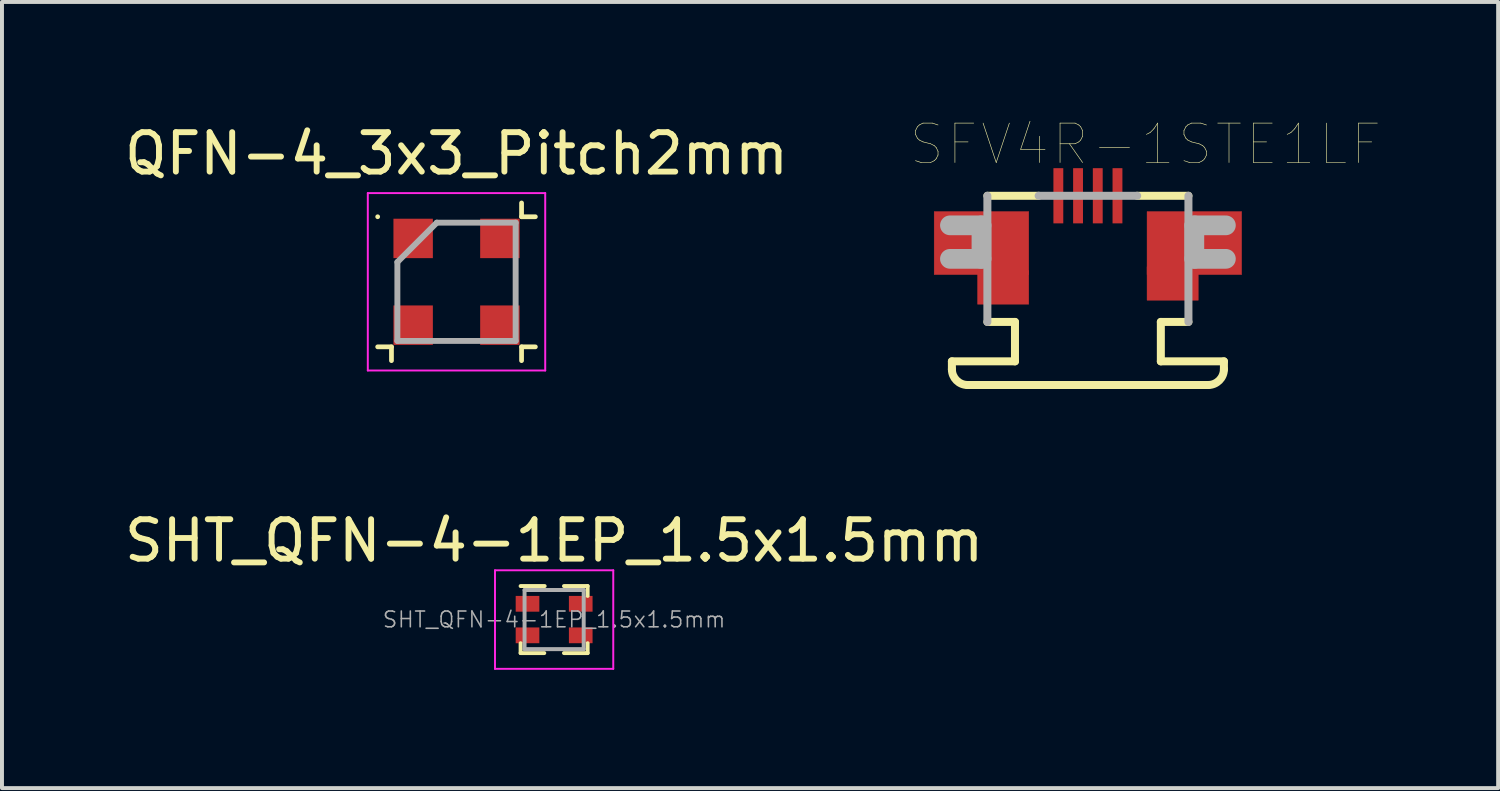
<source format=kicad_pcb>
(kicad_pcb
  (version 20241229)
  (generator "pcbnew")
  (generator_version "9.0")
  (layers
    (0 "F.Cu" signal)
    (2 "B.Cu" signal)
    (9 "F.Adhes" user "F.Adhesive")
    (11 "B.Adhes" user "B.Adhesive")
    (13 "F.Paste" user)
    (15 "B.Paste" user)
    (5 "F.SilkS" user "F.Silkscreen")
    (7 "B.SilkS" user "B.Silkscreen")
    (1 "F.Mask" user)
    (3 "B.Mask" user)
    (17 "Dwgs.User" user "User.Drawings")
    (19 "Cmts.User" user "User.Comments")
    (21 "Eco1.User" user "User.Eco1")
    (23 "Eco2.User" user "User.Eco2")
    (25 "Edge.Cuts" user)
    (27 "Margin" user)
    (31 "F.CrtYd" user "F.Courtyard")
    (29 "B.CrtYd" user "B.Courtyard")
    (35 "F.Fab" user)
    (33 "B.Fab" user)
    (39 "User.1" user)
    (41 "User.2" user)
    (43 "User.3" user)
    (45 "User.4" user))
  (footprint "SFV4R-1STE1LF"
    (layer "F.Cu")
    (at 24.546 2.516)
    (property "Reference" "SFV4R-1STE1LF" (at 1.46 -1.905 0) (layer "F.SilkS") (effects (font (size 1 1) (thickness 0.015))))
    (attr through_hole)
    (fp_poly (pts (xy -3.9 -0.2) (xy -1.5 -0.2) (xy -1.5 1.4) (xy -3.9 1.4)) (stroke (width 0.01) (type solid)) (fill yes) (layer "F.Cu"))
    (fp_poly (pts (xy -2.8 1.3) (xy -1.5 1.3) (xy -1.5 2.15) (xy -2.8 2.15)) (stroke (width 0.01) (type solid)) (fill yes) (layer "F.Cu"))
    (fp_poly (pts (xy 1.5 -0.2) (xy 3.9 -0.2) (xy 3.9 1.4) (xy 1.5 1.4)) (stroke (width 0.01) (type solid)) (fill yes) (layer "F.Cu"))
    (fp_poly (pts (xy 1.5 1.2) (xy 2.8 1.2) (xy 2.8 2.05) (xy 1.5 2.05)) (stroke (width 0.01) (type solid)) (fill yes) (layer "F.Cu"))
    (fp_poly (pts (xy -3.9 -0.2) (xy -1.5 -0.2) (xy -1.5 1.4) (xy -3.9 1.4)) (stroke (width 0.01) (type solid)) (fill yes) (layer "F.Mask"))
    (fp_poly (pts (xy -2.8 1.3) (xy -1.5 1.3) (xy -1.5 2.15) (xy -2.8 2.15)) (stroke (width 0.01) (type solid)) (fill yes) (layer "F.Mask"))
    (fp_poly (pts (xy -0.9 -1.3) (xy -0.6 -1.3) (xy -0.6 0.1) (xy -0.9 0.1)) (stroke (width 0.01) (type solid)) (fill yes) (layer "F.Mask"))
    (fp_poly (pts (xy -0.4 -1.3) (xy -0.1 -1.3) (xy -0.1 0.1) (xy -0.4 0.1)) (stroke (width 0.01) (type solid)) (fill yes) (layer "F.Mask"))
    (fp_poly (pts (xy 0.1 -1.3) (xy 0.4 -1.3) (xy 0.4 0.1) (xy 0.1 0.1)) (stroke (width 0.01) (type solid)) (fill yes) (layer "F.Mask"))
    (fp_poly (pts (xy 0.6 -1.3) (xy 0.9 -1.3) (xy 0.9 0.1) (xy 0.6 0.1)) (stroke (width 0.01) (type solid)) (fill yes) (layer "F.Mask"))
    (fp_poly (pts (xy 1.5 -0.2) (xy 3.9 -0.2) (xy 3.9 1.4) (xy 1.5 1.4)) (stroke (width 0.01) (type solid)) (fill yes) (layer "F.Mask"))
    (fp_poly (pts (xy 1.5 1.4) (xy 2.8 1.4) (xy 2.8 2.1) (xy 1.5 2.1)) (stroke (width 0.01) (type solid)) (fill yes) (layer "F.Mask"))
    (fp_line (start -3.45 3.6) (end -1.85 3.6) (stroke (width 0.203) (type solid)) (layer "F.SilkS"))
    (fp_line (start -3.45 3.8) (end -3.45 3.6) (stroke (width 0.203) (type solid)) (layer "F.SilkS"))
    (fp_line (start -2.55 -0.6) (end -1.25 -0.6) (stroke (width 0.203) (type solid)) (layer "F.SilkS"))
    (fp_line (start -1.85 2.6) (end -2.55 2.6) (stroke (width 0.203) (type solid)) (layer "F.SilkS"))
    (fp_line (start -1.85 3.6) (end -1.85 2.6) (stroke (width 0.203) (type solid)) (layer "F.SilkS"))
    (fp_line (start 1.25 -0.6) (end 2.55 -0.6) (stroke (width 0.203) (type solid)) (layer "F.SilkS"))
    (fp_line (start 1.85 2.6) (end 1.85 3.6) (stroke (width 0.203) (type solid)) (layer "F.SilkS"))
    (fp_line (start 1.85 3.6) (end 3.45 3.6) (stroke (width 0.203) (type solid)) (layer "F.SilkS"))
    (fp_line (start 2.55 2.6) (end 1.85 2.6) (stroke (width 0.203) (type solid)) (layer "F.SilkS"))
    (fp_line (start 3.05 4.2) (end -3.05 4.2) (stroke (width 0.203) (type solid)) (layer "F.SilkS"))
    (fp_line (start 3.45 3.6) (end 3.45 3.8) (stroke (width 0.203) (type solid)) (layer "F.SilkS"))
    (fp_arc (start -3.05 4.2) (mid -3.332843 4.082843) (end -3.45 3.8) (stroke (width 0.2032) (type solid)) (layer "F.SilkS"))
    (fp_arc (start 3.45 3.8) (mid 3.332843 4.082843) (end 3.05 4.2) (stroke (width 0.2032) (type solid)) (layer "F.SilkS"))
    (fp_poly (pts (xy -4.275 -0.075) (xy -2.1 -0.075) (xy -2.1 1.9) (xy -4.275 1.9)) (stroke (width 0.01) (type solid)) (fill yes) (layer "F.Paste"))
    (fp_poly (pts (xy -3.2 1.9) (xy -2.1 1.9) (xy -2.1 2.75) (xy -3.2 2.75)) (stroke (width 0.01) (type solid)) (fill yes) (layer "F.Paste"))
    (fp_poly (pts (xy 2.1 -0.075) (xy 4.275 -0.075) (xy 4.275 1.9) (xy 2.1 1.9)) (stroke (width 0.01) (type solid)) (fill yes) (layer "F.Paste"))
    (fp_poly (pts (xy 2.1 1.9) (xy 3.2 1.9) (xy 3.2 2.75) (xy 2.1 2.75)) (stroke (width 0.01) (type solid)) (fill yes) (layer "F.Paste"))
    (fp_line (start -3.5 0.15) (end -2.7 0.15) (stroke (width 0.5) (type solid)) (layer "F.Fab"))
    (fp_line (start -2.7 0.15) (end -2.7 1) (stroke (width 0.5) (type solid)) (layer "F.Fab"))
    (fp_line (start -2.7 1) (end -3.5 1) (stroke (width 0.5) (type solid)) (layer "F.Fab"))
    (fp_line (start -2.55 2.6) (end -2.55 -0.6) (stroke (width 0.203) (type solid)) (layer "F.Fab"))
    (fp_line (start -1.25 -0.6) (end 1.25 -0.6) (stroke (width 0.203) (type solid)) (layer "F.Fab"))
    (fp_line (start 2.55 -0.6) (end 2.55 2.6) (stroke (width 0.203) (type solid)) (layer "F.Fab"))
    (fp_line (start 2.7 0.15) (end 3.5 0.15) (stroke (width 0.5) (type solid)) (layer "F.Fab"))
    (fp_line (start 2.7 1) (end 2.7 0.15) (stroke (width 0.5) (type solid)) (layer "F.Fab"))
    (fp_line (start 3.5 1) (end 2.7 1) (stroke (width 0.5) (type solid)) (layer "F.Fab"))
    (pad "1" smd rect (at -0.75 -0.6) (size 0.25 1.4) (layers "F.Cu" "F.Paste"))
    (pad "2" smd rect (at -0.25 -0.6) (size 0.25 1.4) (layers "F.Cu" "F.Paste"))
    (pad "3" smd rect (at 0.25 -0.6) (size 0.25 1.4) (layers "F.Cu" "F.Paste"))
    (pad "4" smd rect (at 0.75 -0.6) (size 0.25 1.4) (layers "F.Cu" "F.Paste")))
  (footprint "SHT_QFN-4-1EP_1.5x1.5mm"
    (layer "F.Cu")
    (at 11.006 12.666)
    (property "Reference" "SHT_QFN-4-1EP_1.5x1.5mm" (at 0 -2 0) (layer "F.SilkS") (effects (font (size 1 1) (thickness 0.15))))
    (attr smd)
    (fp_line (start -0.85 0.85) (end -0.85 0.6) (stroke (width 0.1) (type solid)) (layer "F.SilkS"))
    (fp_line (start -0.85 0.85) (end -0.25 0.85) (stroke (width 0.1) (type solid)) (layer "F.SilkS"))
    (fp_line (start -0.24 -0.85) (end -0.85 -0.85) (stroke (width 0.1) (type solid)) (layer "F.SilkS"))
    (fp_line (start 0.85 -0.85) (end 0.25 -0.85) (stroke (width 0.1) (type solid)) (layer "F.SilkS"))
    (fp_line (start 0.85 -0.85) (end 0.85 -0.6) (stroke (width 0.1) (type solid)) (layer "F.SilkS"))
    (fp_line (start 0.85 0.85) (end 0.25 0.85) (stroke (width 0.1) (type solid)) (layer "F.SilkS"))
    (fp_line (start 0.85 0.85) (end 0.85 0.6) (stroke (width 0.1) (type solid)) (layer "F.SilkS"))
    (fp_line (start -1.5 -1.25) (end 1.5 -1.25) (stroke (width 0.05) (type solid)) (layer "F.CrtYd"))
    (fp_line (start -1.5 1.25) (end -1.5 -1.25) (stroke (width 0.05) (type solid)) (layer "F.CrtYd"))
    (fp_line (start 1.5 -1.25) (end 1.5 1.25) (stroke (width 0.05) (type solid)) (layer "F.CrtYd"))
    (fp_line (start 1.5 1.25) (end -1.5 1.25) (stroke (width 0.05) (type solid)) (layer "F.CrtYd"))
    (fp_line (start -0.75 -0.75) (end 0.75 -0.75) (stroke (width 0.1) (type solid)) (layer "F.Fab"))
    (fp_line (start -0.75 0.75) (end -0.75 -0.75) (stroke (width 0.1) (type solid)) (layer "F.Fab"))
    (fp_line (start 0.75 -0.75) (end 0.75 0.75) (stroke (width 0.1) (type solid)) (layer "F.Fab"))
    (fp_line (start 0.75 0.75) (end -0.75 0.75) (stroke (width 0.1) (type solid)) (layer "F.Fab"))
    (fp_text user "${REFERENCE}" (at 0 0 0) (layer "F.Fab") (effects (font (size 0.4 0.4) (thickness 0.04))))
    (pad "1" smd rect (at -0.675 -0.4) (size 0.6 0.4) (layers "F.Cu" "F.Mask" "F.Paste"))
    (pad "2" smd rect (at -0.675 0.4) (size 0.6 0.4) (layers "F.Cu" "F.Mask" "F.Paste"))
    (pad "3" smd rect (at 0.675 0.4) (size 0.6 0.4) (layers "F.Cu" "F.Mask" "F.Paste"))
    (pad "4" smd rect (at 0.675 -0.4) (size 0.6 0.4) (layers "F.Cu" "F.Mask" "F.Paste")))
  (footprint "QFN-4_3x3_Pitch2mm"
    (layer "F.Cu")
    (at 8.53 4.098)
    (property "Reference" "QFN-4_3x3_Pitch2mm" (at 0 -3.25 0) (layer "F.SilkS") (effects (font (size 1 1) (thickness 0.15))))
    (attr smd)
    (fp_line (start -2 -1.65) (end -2 -1.65) (stroke (width 0.12) (type solid)) (layer "F.SilkS"))
    (fp_line (start -2 1.65) (end -1.65 1.65) (stroke (width 0.12) (type solid)) (layer "F.SilkS"))
    (fp_line (start -1.65 1.65) (end -1.65 2) (stroke (width 0.12) (type solid)) (layer "F.SilkS"))
    (fp_line (start 1.65 -1.65) (end 1.65 -2) (stroke (width 0.12) (type solid)) (layer "F.SilkS"))
    (fp_line (start 1.65 1.65) (end 1.65 2) (stroke (width 0.12) (type solid)) (layer "F.SilkS"))
    (fp_line (start 2 -1.65) (end 1.65 -1.65) (stroke (width 0.12) (type solid)) (layer "F.SilkS"))
    (fp_line (start 2 1.65) (end 1.65 1.65) (stroke (width 0.12) (type solid)) (layer "F.SilkS"))
    (fp_line (start -2.25 -2.25) (end 2.25 -2.25) (stroke (width 0.05) (type solid)) (layer "F.CrtYd"))
    (fp_line (start -2.25 2.25) (end -2.25 -2.25) (stroke (width 0.05) (type solid)) (layer "F.CrtYd"))
    (fp_line (start 2.25 -2.25) (end 2.25 2.25) (stroke (width 0.05) (type solid)) (layer "F.CrtYd"))
    (fp_line (start 2.25 2.25) (end -2.25 2.25) (stroke (width 0.05) (type solid)) (layer "F.CrtYd"))
    (fp_line (start -1.5 -0.5) (end -1.5 1.5) (stroke (width 0.15) (type solid)) (layer "F.Fab"))
    (fp_line (start -1.5 1.5) (end 1.5 1.5) (stroke (width 0.15) (type solid)) (layer "F.Fab"))
    (fp_line (start -0.5 -1.5) (end -1.5 -0.5) (stroke (width 0.15) (type solid)) (layer "F.Fab"))
    (fp_line (start 1.5 -1.5) (end -0.5 -1.5) (stroke (width 0.15) (type solid)) (layer "F.Fab"))
    (fp_line (start 1.5 1.5) (end 1.5 -1.5) (stroke (width 0.15) (type solid)) (layer "F.Fab"))
    (pad "1" smd rect (at -1.1 -1.1 90) (size 1 1) (layers "F.Cu" "F.Mask" "F.Paste"))
    (pad "2" smd rect (at -1.1 1.1) (size 1 1) (layers "F.Cu" "F.Mask" "F.Paste"))
    (pad "3" smd rect (at 1.1 1.1 90) (size 1 1) (layers "F.Cu" "F.Mask" "F.Paste"))
    (pad "4" smd rect (at 1.1 -1.1) (size 1 1) (layers "F.Cu" "F.Mask" "F.Paste")))
  (gr_rect
    (start -3 -3)
    (end 34.952 16.941)
    (stroke (width 0.1) (type default))
    (fill no)
    (layer "Edge.Cuts")))
</source>
